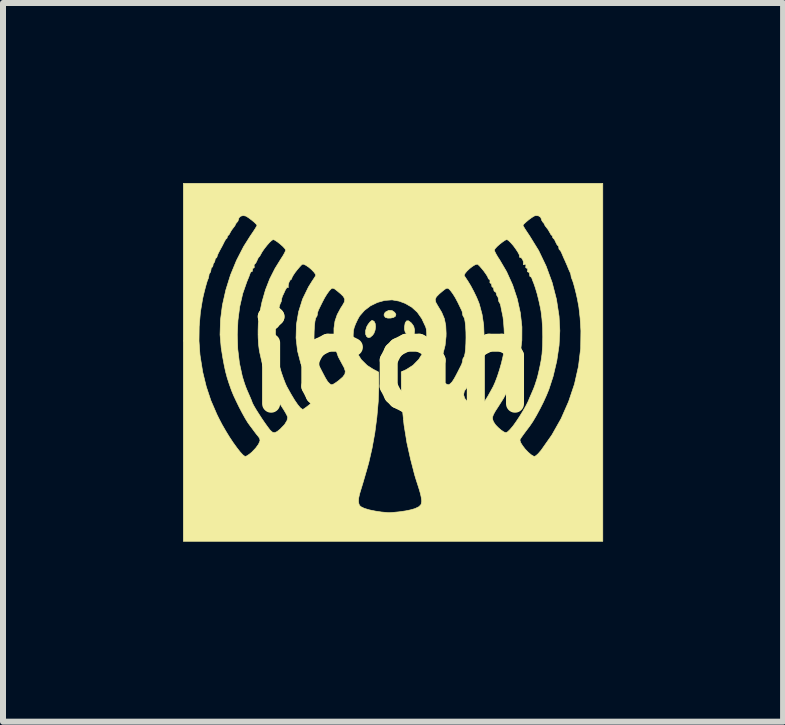
<source format=kicad_pcb>
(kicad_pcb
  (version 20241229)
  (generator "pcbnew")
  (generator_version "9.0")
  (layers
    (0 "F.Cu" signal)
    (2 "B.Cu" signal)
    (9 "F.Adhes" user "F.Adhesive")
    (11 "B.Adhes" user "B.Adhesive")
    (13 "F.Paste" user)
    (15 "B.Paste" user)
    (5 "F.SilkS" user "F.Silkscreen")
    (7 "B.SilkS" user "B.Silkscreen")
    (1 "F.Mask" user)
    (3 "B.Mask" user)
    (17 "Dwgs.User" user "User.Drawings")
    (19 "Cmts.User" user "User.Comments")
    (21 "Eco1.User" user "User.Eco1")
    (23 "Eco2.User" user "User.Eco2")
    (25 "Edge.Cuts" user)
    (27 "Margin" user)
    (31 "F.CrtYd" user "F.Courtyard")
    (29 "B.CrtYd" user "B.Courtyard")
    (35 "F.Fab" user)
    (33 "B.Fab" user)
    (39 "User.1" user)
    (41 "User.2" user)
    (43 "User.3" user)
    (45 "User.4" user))
  (footprint "icon"
    (layer "F.Cu")
    (at 3.5 2.988)
    (property "Reference" "icon" (at 0 0 0) (layer "F.SilkS") (effects (font (size 1.524 1.524) (thickness 0.3))))
    (attr through_hole)
    (fp_poly (pts (xy -0.017 -0.863) (xy 0.026 -0.834) (xy 0.047 -0.801) (xy 0.041 -0.772) (xy 0.04 -0.77) (xy 0.01 -0.749) (xy -0.038 -0.738) (xy -0.088 -0.737) (xy -0.127 -0.749) (xy -0.132 -0.753) (xy -0.152 -0.788) (xy -0.139 -0.823) (xy -0.122 -0.841) (xy -0.072 -0.866) (xy -0.017 -0.863)) (stroke (width 0.01) (type solid)) (fill yes) (layer "F.SilkS"))
    (fp_poly (pts (xy -0.317 -0.684) (xy -0.298 -0.647) (xy -0.292 -0.595) (xy -0.299 -0.538) (xy -0.319 -0.483) (xy -0.342 -0.451) (xy -0.382 -0.417) (xy -0.414 -0.412) (xy -0.44 -0.43) (xy -0.458 -0.47) (xy -0.458 -0.527) (xy -0.44 -0.59) (xy -0.415 -0.634) (xy -0.384 -0.673) (xy -0.357 -0.696) (xy -0.349 -0.699) (xy -0.317 -0.684)) (stroke (width 0.01) (type solid)) (fill yes) (layer "F.SilkS"))
    (fp_poly (pts (xy 0.3 -0.66) (xy 0.308 -0.652) (xy 0.344 -0.601) (xy 0.357 -0.547) (xy 0.358 -0.523) (xy 0.35 -0.456) (xy 0.329 -0.419) (xy 0.296 -0.413) (xy 0.254 -0.438) (xy 0.231 -0.463) (xy 0.201 -0.507) (xy 0.19 -0.552) (xy 0.191 -0.593) (xy 0.202 -0.658) (xy 0.225 -0.691) (xy 0.258 -0.692) (xy 0.3 -0.66)) (stroke (width 0.01) (type solid)) (fill yes) (layer "F.SilkS"))
    (fp_poly (pts (xy 3.495 2.983) (xy -3.495 2.983) (xy -3.495 -0.356) (xy -3.234 -0.356) (xy -3.218 -0.129) (xy -3.214 -0.1) (xy -3.172 0.162) (xy -3.113 0.404) (xy -3.036 0.636) (xy -2.935 0.869) (xy -2.904 0.932) (xy -2.85 1.036) (xy -2.789 1.142) (xy -2.726 1.245) (xy -2.663 1.34) (xy -2.602 1.424) (xy -2.548 1.493) (xy -2.503 1.542) (xy -2.47 1.566) (xy -2.461 1.568) (xy -2.434 1.557) (xy -2.393 1.529) (xy -2.354 1.497) (xy -2.29 1.43) (xy -2.243 1.366) (xy -2.219 1.311) (xy -2.217 1.295) (xy -2.227 1.262) (xy -2.246 1.235) (xy -2.276 1.199) (xy -2.311 1.153) (xy -2.319 1.142) (xy -2.352 1.097) (xy -2.381 1.059) (xy -2.386 1.052) (xy -2.42 1.005) (xy -2.464 0.933) (xy -2.513 0.845) (xy -2.565 0.746) (xy -2.614 0.645) (xy -2.659 0.549) (xy -2.694 0.464) (xy -2.698 0.452) (xy -2.735 0.347) (xy -2.766 0.25) (xy -2.792 0.152) (xy -2.815 0.044) (xy -2.838 -0.08) (xy -2.862 -0.23) (xy -2.864 -0.24) (xy -2.883 -0.46) (xy -2.596 -0.46) (xy -2.588 -0.22) (xy -2.56 0.013) (xy -2.512 0.234) (xy -2.482 0.332) (xy -2.465 0.382) (xy -2.45 0.422) (xy -2.433 0.464) (xy -2.409 0.519) (xy -2.388 0.567) (xy -2.368 0.614) (xy -2.355 0.646) (xy -2.352 0.655) (xy -2.343 0.68) (xy -2.318 0.727) (xy -2.281 0.79) (xy -2.235 0.862) (xy -2.186 0.938) (xy -2.136 1.011) (xy -2.09 1.075) (xy -2.052 1.125) (xy -2.04 1.138) (xy -2.007 1.166) (xy -1.973 1.172) (xy -1.933 1.154) (xy -1.878 1.11) (xy -1.878 1.109) (xy -1.808 1.037) (xy -1.767 0.969) (xy -1.756 0.918) (xy -1.765 0.891) (xy -1.79 0.843) (xy -1.826 0.783) (xy -1.856 0.737) (xy -1.962 0.567) (xy -2.049 0.401) (xy -2.118 0.23) (xy -2.175 0.044) (xy -2.222 -0.165) (xy -2.231 -0.214) (xy -2.242 -0.302) (xy -2.248 -0.411) (xy -2.249 -0.461) (xy -1.96 -0.461) (xy -1.959 -0.357) (xy -1.955 -0.258) (xy -1.948 -0.173) (xy -1.941 -0.129) (xy -1.921 -0.039) (xy -1.893 0.064) (xy -1.861 0.171) (xy -1.826 0.271) (xy -1.793 0.356) (xy -1.772 0.401) (xy -1.704 0.524) (xy -1.643 0.626) (xy -1.589 0.705) (xy -1.545 0.758) (xy -1.511 0.782) (xy -1.503 0.784) (xy -1.485 0.774) (xy -1.448 0.748) (xy -1.4 0.711) (xy -1.395 0.707) (xy -1.341 0.661) (xy -1.309 0.624) (xy -1.292 0.586) (xy -1.287 0.564) (xy -1.284 0.522) (xy -1.292 0.486) (xy -1.316 0.443) (xy -1.335 0.415) (xy -1.451 0.224) (xy -1.537 0.02) (xy -1.592 -0.191) (xy -1.617 -0.408) (xy -1.616 -0.425) (xy -1.317 -0.425) (xy -1.316 -0.33) (xy -1.311 -0.241) (xy -1.304 -0.165) (xy -1.293 -0.108) (xy -1.279 -0.077) (xy -1.276 -0.075) (xy -1.264 -0.053) (xy -1.261 -0.033) (xy -1.254 0.012) (xy -1.247 0.03) (xy -1.197 0.128) (xy -1.159 0.201) (xy -1.131 0.254) (xy -1.109 0.291) (xy -1.092 0.318) (xy -1.084 0.327) (xy -1.053 0.359) (xy -1.025 0.374) (xy -1.023 0.374) (xy -0.997 0.365) (xy -0.955 0.339) (xy -0.904 0.302) (xy -0.902 0.3) (xy -0.838 0.244) (xy -0.803 0.196) (xy -0.796 0.147) (xy -0.815 0.089) (xy -0.845 0.034) (xy -0.913 -0.093) (xy -0.957 -0.22) (xy -0.98 -0.361) (xy -0.985 -0.431) (xy -0.985 -0.436) (xy -0.665 -0.436) (xy -0.649 -0.294) (xy -0.603 -0.162) (xy -0.53 -0.046) (xy -0.432 0.051) (xy -0.332 0.115) (xy -0.285 0.139) (xy -0.251 0.157) (xy -0.241 0.163) (xy -0.239 0.181) (xy -0.238 0.227) (xy -0.237 0.294) (xy -0.237 0.376) (xy -0.237 0.404) (xy -0.247 0.653) (xy -0.27 0.914) (xy -0.304 1.176) (xy -0.35 1.431) (xy -0.404 1.667) (xy -0.443 1.807) (xy -0.456 1.85) (xy -0.472 1.907) (xy -0.478 1.926) (xy -0.496 1.989) (xy -0.518 2.062) (xy -0.529 2.097) (xy -0.557 2.19) (xy -0.573 2.261) (xy -0.576 2.315) (xy -0.571 2.352) (xy -0.559 2.384) (xy -0.533 2.407) (xy -0.485 2.43) (xy -0.469 2.436) (xy -0.395 2.458) (xy -0.298 2.478) (xy -0.193 2.494) (xy -0.091 2.503) (xy -0.078 2.504) (xy -0.038 2.503) (xy 0.024 2.498) (xy 0.098 2.491) (xy 0.127 2.487) (xy 0.209 2.475) (xy 0.291 2.458) (xy 0.358 2.439) (xy 0.371 2.434) (xy 0.433 2.404) (xy 0.467 2.367) (xy 0.477 2.315) (xy 0.47 2.254) (xy 0.462 2.216) (xy 0.453 2.178) (xy 0.44 2.132) (xy 0.42 2.068) (xy 0.399 2.003) (xy 0.386 1.963) (xy 0.375 1.927) (xy 0.363 1.888) (xy 0.35 1.84) (xy 0.334 1.777) (xy 0.312 1.692) (xy 0.291 1.611) (xy 0.23 1.337) (xy 0.224 1.297) (xy 2.114 1.297) (xy 2.126 1.337) (xy 2.158 1.389) (xy 2.202 1.446) (xy 2.253 1.499) (xy 2.302 1.541) (xy 2.344 1.565) (xy 2.357 1.568) (xy 2.381 1.555) (xy 2.419 1.521) (xy 2.462 1.471) (xy 2.468 1.464) (xy 2.647 1.209) (xy 2.8 0.938) (xy 2.925 0.654) (xy 3.023 0.362) (xy 3.09 0.065) (xy 3.126 -0.234) (xy 3.13 -0.526) (xy 3.117 -0.738) (xy 3.096 -0.922) (xy 3.071 -1.057) (xy 3.05 -1.15) (xy 3.028 -1.238) (xy 3.008 -1.311) (xy 2.991 -1.364) (xy 2.982 -1.385) (xy 2.968 -1.423) (xy 2.966 -1.44) (xy 2.959 -1.478) (xy 2.951 -1.496) (xy 2.933 -1.535) (xy 2.919 -1.568) (xy 2.902 -1.61) (xy 2.878 -1.665) (xy 2.868 -1.688) (xy 2.841 -1.747) (xy 2.817 -1.804) (xy 2.81 -1.82) (xy 2.792 -1.857) (xy 2.776 -1.875) (xy 2.774 -1.875) (xy 2.764 -1.889) (xy 2.762 -1.909) (xy 2.756 -1.937) (xy 2.748 -1.943) (xy 2.733 -1.958) (xy 2.715 -1.993) (xy 2.71 -2.003) (xy 2.692 -2.042) (xy 2.676 -2.062) (xy 2.673 -2.063) (xy 2.661 -2.077) (xy 2.659 -2.088) (xy 2.652 -2.111) (xy 2.646 -2.114) (xy 2.631 -2.128) (xy 2.613 -2.161) (xy 2.612 -2.162) (xy 2.584 -2.211) (xy 2.557 -2.246) (xy 2.532 -2.278) (xy 2.523 -2.299) (xy 2.511 -2.321) (xy 2.497 -2.335) (xy 2.476 -2.368) (xy 2.472 -2.386) (xy 2.457 -2.42) (xy 2.421 -2.442) (xy 2.377 -2.446) (xy 2.35 -2.437) (xy 2.31 -2.412) (xy 2.263 -2.378) (xy 2.218 -2.34) (xy 2.182 -2.307) (xy 2.165 -2.285) (xy 2.165 -2.283) (xy 2.174 -2.264) (xy 2.199 -2.222) (xy 2.236 -2.166) (xy 2.276 -2.106) (xy 2.426 -1.863) (xy 2.551 -1.602) (xy 2.651 -1.329) (xy 2.723 -1.049) (xy 2.766 -0.768) (xy 2.779 -0.527) (xy 2.766 -0.28) (xy 2.728 -0.024) (xy 2.667 0.234) (xy 2.596 0.452) (xy 2.556 0.55) (xy 2.505 0.662) (xy 2.447 0.777) (xy 2.387 0.888) (xy 2.329 0.986) (xy 2.278 1.061) (xy 2.273 1.068) (xy 2.21 1.151) (xy 2.166 1.211) (xy 2.137 1.252) (xy 2.12 1.278) (xy 2.114 1.293) (xy 2.114 1.297) (xy 0.224 1.297) (xy 0.183 1.046) (xy 0.169 0.911) (xy 1.658 0.911) (xy 1.658 0.948) (xy 1.671 0.984) (xy 1.678 0.997) (xy 1.708 1.042) (xy 1.753 1.088) (xy 1.802 1.13) (xy 1.848 1.161) (xy 1.882 1.172) (xy 1.884 1.172) (xy 1.91 1.157) (xy 1.949 1.119) (xy 1.995 1.065) (xy 2.008 1.048) (xy 2.057 0.979) (xy 2.111 0.897) (xy 2.163 0.812) (xy 2.21 0.731) (xy 2.244 0.665) (xy 2.255 0.641) (xy 2.27 0.604) (xy 2.291 0.555) (xy 2.295 0.547) (xy 2.323 0.482) (xy 2.343 0.435) (xy 2.359 0.393) (xy 2.376 0.343) (xy 2.379 0.332) (xy 2.397 0.278) (xy 2.412 0.223) (xy 2.427 0.16) (xy 2.445 0.079) (xy 2.466 -0.026) (xy 2.482 -0.138) (xy 2.491 -0.274) (xy 2.494 -0.424) (xy 2.491 -0.577) (xy 2.481 -0.724) (xy 2.465 -0.855) (xy 2.456 -0.905) (xy 2.43 -1.025) (xy 2.401 -1.142) (xy 2.37 -1.245) (xy 2.342 -1.325) (xy 2.336 -1.338) (xy 2.319 -1.382) (xy 2.312 -1.403) (xy 2.298 -1.425) (xy 2.288 -1.426) (xy 2.279 -1.434) (xy 2.275 -1.463) (xy 2.269 -1.497) (xy 2.253 -1.504) (xy 2.238 -1.511) (xy 2.242 -1.534) (xy 2.243 -1.562) (xy 2.227 -1.568) (xy 2.21 -1.579) (xy 2.212 -1.605) (xy 2.215 -1.632) (xy 2.198 -1.633) (xy 2.191 -1.631) (xy 2.17 -1.628) (xy 2.171 -1.644) (xy 2.172 -1.676) (xy 2.159 -1.712) (xy 2.139 -1.741) (xy 2.119 -1.748) (xy 2.106 -1.753) (xy 2.108 -1.765) (xy 2.103 -1.792) (xy 2.08 -1.836) (xy 2.045 -1.889) (xy 2.004 -1.945) (xy 1.961 -1.994) (xy 1.924 -2.03) (xy 1.897 -2.046) (xy 1.895 -2.046) (xy 1.867 -2.035) (xy 1.826 -2.007) (xy 1.778 -1.97) (xy 1.734 -1.931) (xy 1.701 -1.895) (xy 1.688 -1.872) (xy 1.688 -1.872) (xy 1.697 -1.843) (xy 1.721 -1.796) (xy 1.756 -1.738) (xy 1.771 -1.717) (xy 1.892 -1.511) (xy 1.992 -1.29) (xy 2.069 -1.059) (xy 2.121 -0.824) (xy 2.147 -0.591) (xy 2.146 -0.365) (xy 2.129 -0.224) (xy 2.083 0.007) (xy 2.021 0.215) (xy 1.942 0.41) (xy 1.84 0.6) (xy 1.754 0.736) (xy 1.704 0.813) (xy 1.673 0.869) (xy 1.658 0.911) (xy 0.169 0.911) (xy 0.152 0.753) (xy 0.141 0.539) (xy 1.175 0.539) (xy 1.194 0.6) (xy 1.246 0.665) (xy 1.298 0.711) (xy 1.345 0.748) (xy 1.382 0.774) (xy 1.401 0.784) (xy 1.401 0.784) (xy 1.421 0.773) (xy 1.44 0.757) (xy 1.483 0.709) (xy 1.527 0.648) (xy 1.577 0.569) (xy 1.634 0.467) (xy 1.67 0.401) (xy 1.702 0.329) (xy 1.738 0.234) (xy 1.773 0.126) (xy 1.805 0.015) (xy 1.83 -0.09) (xy 1.841 -0.145) (xy 1.85 -0.222) (xy 1.854 -0.323) (xy 1.854 -0.437) (xy 1.85 -0.554) (xy 1.842 -0.663) (xy 1.832 -0.754) (xy 1.824 -0.793) (xy 1.811 -0.855) (xy 1.799 -0.914) (xy 1.796 -0.933) (xy 1.785 -0.974) (xy 1.772 -0.998) (xy 1.771 -0.998) (xy 1.759 -1.021) (xy 1.756 -1.048) (xy 1.749 -1.084) (xy 1.739 -1.1) (xy 1.724 -1.124) (xy 1.722 -1.143) (xy 1.712 -1.17) (xy 1.699 -1.176) (xy 1.682 -1.191) (xy 1.678 -1.215) (xy 1.672 -1.243) (xy 1.661 -1.25) (xy 1.647 -1.261) (xy 1.644 -1.284) (xy 1.637 -1.312) (xy 1.625 -1.317) (xy 1.613 -1.327) (xy 1.615 -1.347) (xy 1.614 -1.374) (xy 1.604 -1.381) (xy 1.587 -1.394) (xy 1.585 -1.402) (xy 1.575 -1.429) (xy 1.548 -1.471) (xy 1.513 -1.52) (xy 1.473 -1.569) (xy 1.437 -1.61) (xy 1.41 -1.633) (xy 1.402 -1.637) (xy 1.367 -1.626) (xy 1.322 -1.599) (xy 1.274 -1.561) (xy 1.231 -1.52) (xy 1.199 -1.481) (xy 1.185 -1.452) (xy 1.187 -1.444) (xy 1.203 -1.419) (xy 1.231 -1.377) (xy 1.247 -1.353) (xy 1.294 -1.276) (xy 1.344 -1.182) (xy 1.392 -1.083) (xy 1.429 -0.994) (xy 1.438 -0.968) (xy 1.483 -0.799) (xy 1.51 -0.62) (xy 1.517 -0.441) (xy 1.504 -0.273) (xy 1.49 -0.196) (xy 1.476 -0.13) (xy 1.463 -0.071) (xy 1.455 -0.034) (xy 1.442 0.004) (xy 1.418 0.062) (xy 1.385 0.134) (xy 1.347 0.212) (xy 1.309 0.287) (xy 1.274 0.352) (xy 1.245 0.4) (xy 1.232 0.418) (xy 1.188 0.479) (xy 1.175 0.539) (xy 0.141 0.539) (xy 0.137 0.471) (xy 0.137 0.399) (xy 0.136 0.159) (xy 0.138 0.158) (xy 0.693 0.158) (xy 0.706 0.207) (xy 0.748 0.256) (xy 0.799 0.3) (xy 0.85 0.337) (xy 0.893 0.364) (xy 0.92 0.374) (xy 0.921 0.374) (xy 0.948 0.361) (xy 0.98 0.33) (xy 0.982 0.327) (xy 0.999 0.303) (xy 1.019 0.271) (xy 1.044 0.226) (xy 1.077 0.163) (xy 1.121 0.076) (xy 1.144 0.03) (xy 1.157 -0.013) (xy 1.159 -0.033) (xy 1.166 -0.065) (xy 1.174 -0.075) (xy 1.188 -0.101) (xy 1.2 -0.154) (xy 1.208 -0.228) (xy 1.213 -0.315) (xy 1.215 -0.41) (xy 1.214 -0.505) (xy 1.209 -0.594) (xy 1.201 -0.671) (xy 1.191 -0.727) (xy 1.177 -0.758) (xy 1.174 -0.76) (xy 1.162 -0.783) (xy 1.159 -0.802) (xy 1.151 -0.847) (xy 1.144 -0.865) (xy 1.129 -0.895) (xy 1.105 -0.945) (xy 1.076 -1.005) (xy 1.073 -1.01) (xy 1.037 -1.078) (xy 0.997 -1.142) (xy 0.963 -1.188) (xy 0.937 -1.218) (xy 0.915 -1.234) (xy 0.893 -1.235) (xy 0.862 -1.217) (xy 0.817 -1.181) (xy 0.77 -1.141) (xy 0.721 -1.091) (xy 0.702 -1.047) (xy 0.712 -1) (xy 0.742 -0.947) (xy 0.81 -0.834) (xy 0.855 -0.727) (xy 0.878 -0.613) (xy 0.884 -0.484) (xy 0.883 -0.431) (xy 0.867 -0.281) (xy 0.833 -0.149) (xy 0.777 -0.024) (xy 0.743 0.034) (xy 0.706 0.103) (xy 0.693 0.158) (xy 0.138 0.158) (xy 0.221 0.12) (xy 0.332 0.049) (xy 0.428 -0.049) (xy 0.503 -0.169) (xy 0.544 -0.271) (xy 0.556 -0.332) (xy 0.562 -0.408) (xy 0.56 -0.488) (xy 0.553 -0.557) (xy 0.543 -0.592) (xy 0.479 -0.728) (xy 0.404 -0.835) (xy 0.313 -0.918) (xy 0.203 -0.982) (xy 0.101 -1.02) (xy -0.016 -1.041) (xy -0.139 -1.032) (xy -0.261 -0.998) (xy -0.376 -0.942) (xy -0.477 -0.865) (xy -0.558 -0.772) (xy -0.59 -0.715) (xy -0.626 -0.638) (xy -0.648 -0.58) (xy -0.66 -0.529) (xy -0.664 -0.475) (xy -0.665 -0.436) (xy -0.985 -0.436) (xy -0.985 -0.569) (xy -0.968 -0.687) (xy -0.931 -0.795) (xy -0.872 -0.905) (xy -0.844 -0.947) (xy -0.811 -1.006) (xy -0.805 -1.053) (xy -0.828 -1.097) (xy -0.872 -1.141) (xy -0.933 -1.192) (xy -0.973 -1.223) (xy -1.001 -1.236) (xy -1.023 -1.232) (xy -1.045 -1.212) (xy -1.066 -1.188) (xy -1.101 -1.14) (xy -1.141 -1.075) (xy -1.175 -1.01) (xy -1.205 -0.95) (xy -1.23 -0.899) (xy -1.245 -0.867) (xy -1.246 -0.865) (xy -1.26 -0.822) (xy -1.261 -0.802) (xy -1.268 -0.77) (xy -1.276 -0.76) (xy -1.291 -0.734) (xy -1.302 -0.681) (xy -1.31 -0.607) (xy -1.315 -0.52) (xy -1.317 -0.425) (xy -1.616 -0.425) (xy -1.611 -0.626) (xy -1.574 -0.843) (xy -1.508 -1.054) (xy -1.41 -1.255) (xy -1.349 -1.353) (xy -1.319 -1.398) (xy -1.296 -1.434) (xy -1.289 -1.444) (xy -1.293 -1.468) (xy -1.319 -1.504) (xy -1.358 -1.545) (xy -1.405 -1.585) (xy -1.452 -1.617) (xy -1.492 -1.635) (xy -1.504 -1.637) (xy -1.525 -1.624) (xy -1.557 -1.59) (xy -1.596 -1.544) (xy -1.635 -1.494) (xy -1.666 -1.447) (xy -1.685 -1.412) (xy -1.687 -1.402) (xy -1.696 -1.382) (xy -1.701 -1.381) (xy -1.718 -1.366) (xy -1.735 -1.332) (xy -1.746 -1.293) (xy -1.748 -1.263) (xy -1.746 -1.259) (xy -1.744 -1.247) (xy -1.752 -1.251) (xy -1.771 -1.244) (xy -1.793 -1.211) (xy -1.799 -1.198) (xy -1.821 -1.149) (xy -1.84 -1.11) (xy -1.843 -1.104) (xy -1.856 -1.062) (xy -1.858 -1.044) (xy -1.865 -1.008) (xy -1.872 -0.996) (xy -1.883 -0.972) (xy -1.897 -0.925) (xy -1.908 -0.878) (xy -1.923 -0.808) (xy -1.937 -0.739) (xy -1.945 -0.704) (xy -1.953 -0.644) (xy -1.958 -0.56) (xy -1.96 -0.461) (xy -2.249 -0.461) (xy -2.249 -0.529) (xy -2.246 -0.644) (xy -2.237 -0.742) (xy -2.232 -0.775) (xy -2.185 -1.003) (xy -2.127 -1.206) (xy -2.055 -1.391) (xy -1.967 -1.565) (xy -1.873 -1.717) (xy -1.835 -1.776) (xy -1.806 -1.828) (xy -1.791 -1.864) (xy -1.79 -1.872) (xy -1.803 -1.895) (xy -1.835 -1.93) (xy -1.88 -1.97) (xy -1.927 -2.007) (xy -1.969 -2.035) (xy -1.997 -2.046) (xy -1.997 -2.046) (xy -2.021 -2.033) (xy -2.058 -1.999) (xy -2.1 -1.951) (xy -2.143 -1.897) (xy -2.18 -1.844) (xy -2.203 -1.803) (xy -2.221 -1.77) (xy -2.234 -1.756) (xy -2.234 -1.756) (xy -2.246 -1.742) (xy -2.263 -1.706) (xy -2.267 -1.696) (xy -2.286 -1.658) (xy -2.304 -1.637) (xy -2.307 -1.637) (xy -2.316 -1.623) (xy -2.314 -1.603) (xy -2.314 -1.577) (xy -2.324 -1.573) (xy -2.339 -1.562) (xy -2.343 -1.539) (xy -2.347 -1.514) (xy -2.356 -1.511) (xy -2.371 -1.505) (xy -2.38 -1.488) (xy -2.402 -1.427) (xy -2.437 -1.342) (xy -2.505 -1.147) (xy -2.555 -0.93) (xy -2.585 -0.699) (xy -2.596 -0.46) (xy -2.883 -0.46) (xy -2.883 -0.465) (xy -2.876 -0.705) (xy -2.844 -0.953) (xy -2.787 -1.206) (xy -2.709 -1.456) (xy -2.609 -1.699) (xy -2.49 -1.93) (xy -2.379 -2.106) (xy -2.334 -2.172) (xy -2.298 -2.227) (xy -2.275 -2.266) (xy -2.267 -2.283) (xy -2.28 -2.302) (xy -2.312 -2.334) (xy -2.357 -2.371) (xy -2.404 -2.406) (xy -2.446 -2.434) (xy -2.453 -2.437) (xy -2.497 -2.446) (xy -2.54 -2.435) (xy -2.568 -2.408) (xy -2.574 -2.386) (xy -2.586 -2.351) (xy -2.6 -2.335) (xy -2.621 -2.31) (xy -2.625 -2.299) (xy -2.636 -2.276) (xy -2.659 -2.246) (xy -2.692 -2.202) (xy -2.715 -2.162) (xy -2.733 -2.128) (xy -2.749 -2.114) (xy -2.749 -2.114) (xy -2.76 -2.1) (xy -2.762 -2.088) (xy -2.769 -2.066) (xy -2.775 -2.063) (xy -2.789 -2.049) (xy -2.81 -2.014) (xy -2.817 -1.999) (xy -2.845 -1.943) (xy -2.879 -1.881) (xy -2.889 -1.862) (xy -2.914 -1.814) (xy -2.93 -1.776) (xy -2.932 -1.764) (xy -2.941 -1.742) (xy -2.949 -1.739) (xy -2.963 -1.725) (xy -2.966 -1.706) (xy -2.974 -1.673) (xy -2.983 -1.662) (xy -2.998 -1.638) (xy -3 -1.618) (xy -3.008 -1.591) (xy -3.017 -1.585) (xy -3.03 -1.571) (xy -3.034 -1.544) (xy -3.041 -1.508) (xy -3.051 -1.492) (xy -3.066 -1.468) (xy -3.068 -1.448) (xy -3.077 -1.404) (xy -3.085 -1.385) (xy -3.098 -1.351) (xy -3.116 -1.29) (xy -3.137 -1.212) (xy -3.159 -1.123) (xy -3.174 -1.057) (xy -3.211 -0.833) (xy -3.231 -0.595) (xy -3.234 -0.356) (xy -3.495 -0.356) (xy -3.495 -2.983) (xy 3.495 -2.983) (xy 3.495 2.983)) (stroke (width 0.01) (type solid)) (fill yes) (layer "F.SilkS")))
  (gr_rect
    (start -3 -3)
    (end 9.999 8.976)
    (stroke (width 0.1) (type default))
    (fill no)
    (layer "Edge.Cuts")))
</source>
